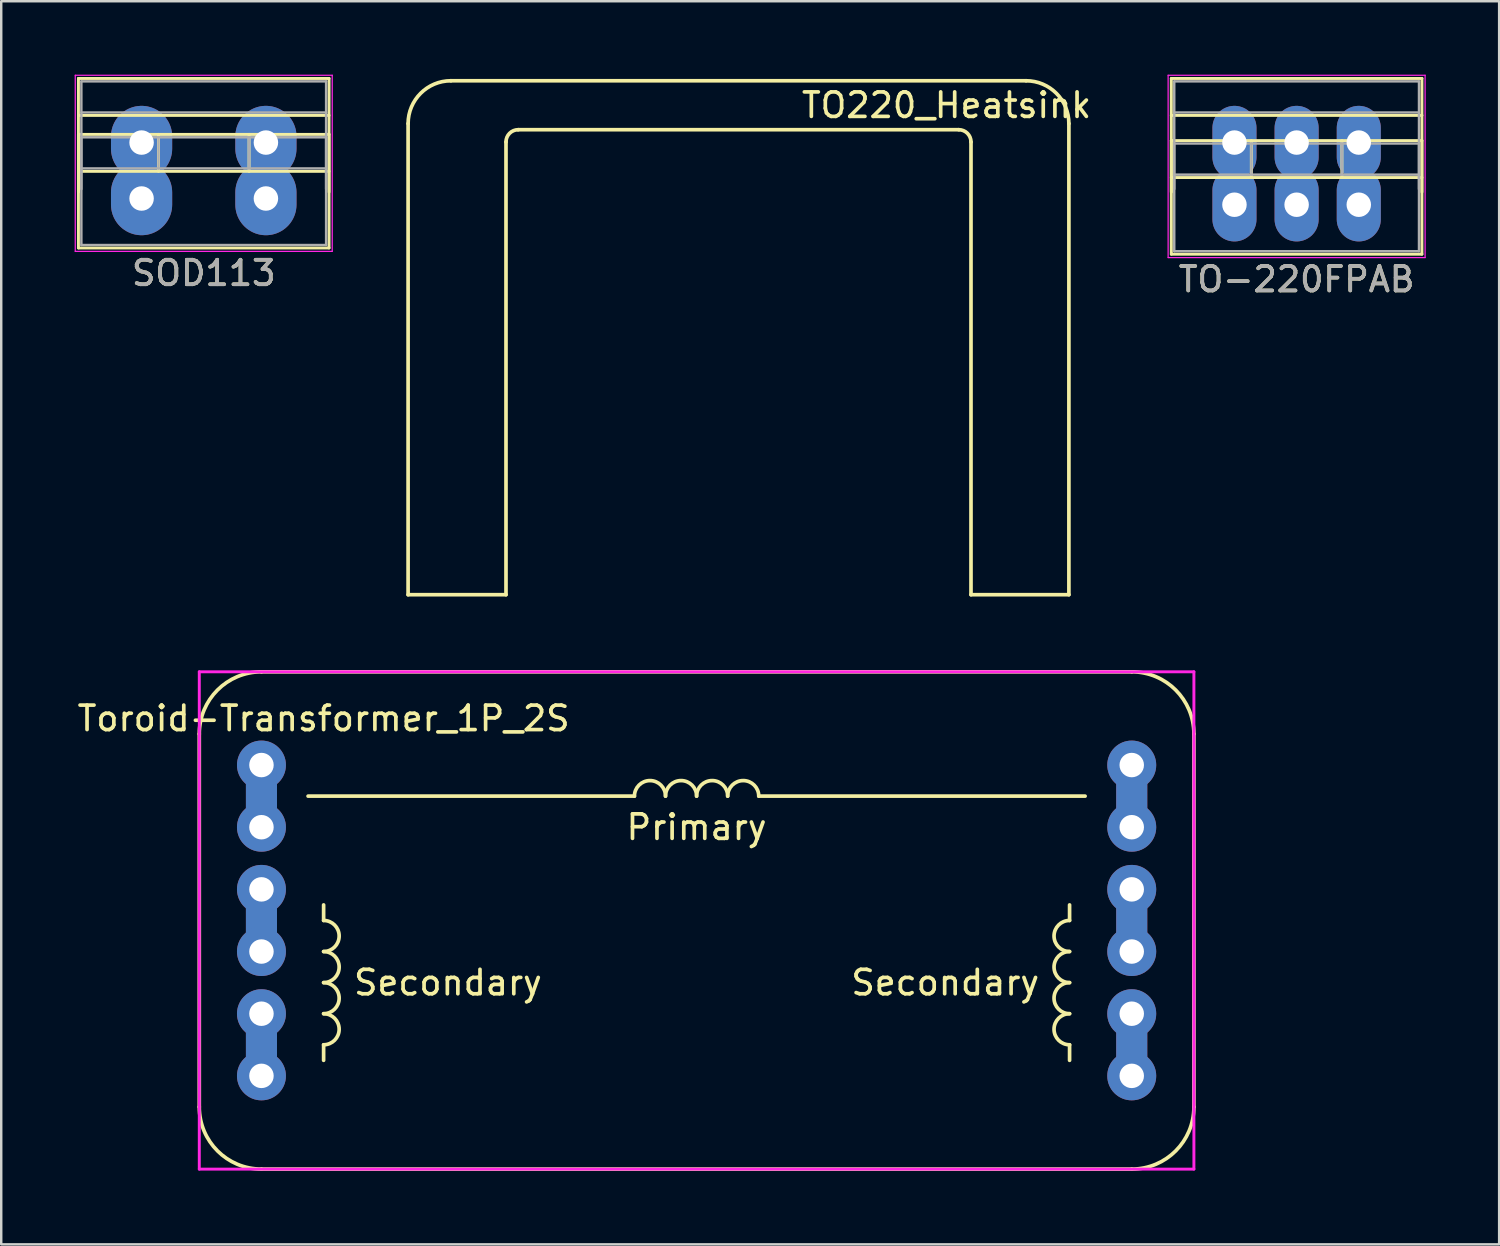
<source format=kicad_pcb>
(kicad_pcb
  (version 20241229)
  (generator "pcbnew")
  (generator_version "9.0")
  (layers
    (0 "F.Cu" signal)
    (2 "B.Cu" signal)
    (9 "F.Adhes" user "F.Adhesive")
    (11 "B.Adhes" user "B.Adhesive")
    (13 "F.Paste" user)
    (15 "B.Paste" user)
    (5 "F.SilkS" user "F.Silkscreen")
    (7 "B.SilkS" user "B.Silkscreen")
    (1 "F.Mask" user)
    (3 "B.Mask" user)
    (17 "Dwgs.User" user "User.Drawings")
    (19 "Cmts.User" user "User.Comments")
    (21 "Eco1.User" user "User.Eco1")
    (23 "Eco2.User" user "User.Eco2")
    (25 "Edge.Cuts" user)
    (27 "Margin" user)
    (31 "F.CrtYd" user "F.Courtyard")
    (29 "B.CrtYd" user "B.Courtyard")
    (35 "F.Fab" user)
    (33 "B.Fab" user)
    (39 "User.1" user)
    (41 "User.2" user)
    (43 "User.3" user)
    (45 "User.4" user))
  (footprint "SOD113"
    (layer "F.Cu")
    (at 2.735 2.775)
    (property "Reference" "SOD113" (at 2.54 5.334 0) (layer "F.SilkS") (effects (font (size 1 1) (thickness 0.15))))
    (attr through_hole)
    (fp_line (start -2.58 -2.62) (end -2.58 2.021) (stroke (width 0.12) (type solid)) (layer "F.SilkS"))
    (fp_line (start -2.58 -2.62) (end 7.66 -2.62) (stroke (width 0.12) (type solid)) (layer "F.SilkS"))
    (fp_line (start -2.58 -1.11) (end 7.66 -1.11) (stroke (width 0.12) (type solid)) (layer "F.SilkS"))
    (fp_line (start -2.58 -0.334) (end -2.58 4.307) (stroke (width 0.12) (type solid)) (layer "F.SilkS"))
    (fp_line (start -2.58 -0.334) (end 7.66 -0.334) (stroke (width 0.12) (type solid)) (layer "F.SilkS"))
    (fp_line (start -2.58 1.176) (end 7.66 1.176) (stroke (width 0.12) (type solid)) (layer "F.SilkS"))
    (fp_line (start -2.58 4.307) (end 7.66 4.307) (stroke (width 0.12) (type solid)) (layer "F.SilkS"))
    (fp_line (start 0.69 -0.334) (end 0.69 1.176) (stroke (width 0.12) (type solid)) (layer "F.SilkS"))
    (fp_line (start 4.391 -0.334) (end 4.391 1.176) (stroke (width 0.12) (type solid)) (layer "F.SilkS"))
    (fp_line (start 7.66 -2.62) (end 7.66 2.021) (stroke (width 0.12) (type solid)) (layer "F.SilkS"))
    (fp_line (start 7.66 -0.334) (end 7.66 4.307) (stroke (width 0.12) (type solid)) (layer "F.SilkS"))
    (fp_line (start -2.71 -2.75) (end -2.71 4.446) (stroke (width 0.05) (type solid)) (layer "F.CrtYd"))
    (fp_line (start -2.71 4.446) (end 7.79 4.446) (stroke (width 0.05) (type solid)) (layer "F.CrtYd"))
    (fp_line (start 7.79 -2.75) (end -2.71 -2.75) (stroke (width 0.05) (type solid)) (layer "F.CrtYd"))
    (fp_line (start 7.79 4.446) (end 7.79 -2.75) (stroke (width 0.05) (type solid)) (layer "F.CrtYd"))
    (fp_line (start -2.46 -2.5) (end -2.46 1.9) (stroke (width 0.1) (type solid)) (layer "F.Fab"))
    (fp_line (start -2.46 -1.23) (end 7.54 -1.23) (stroke (width 0.1) (type solid)) (layer "F.Fab"))
    (fp_line (start -2.46 -0.214) (end -2.46 4.186) (stroke (width 0.1) (type solid)) (layer "F.Fab"))
    (fp_line (start -2.46 1.056) (end 7.54 1.056) (stroke (width 0.1) (type solid)) (layer "F.Fab"))
    (fp_line (start -2.46 4.186) (end 7.54 4.186) (stroke (width 0.1) (type solid)) (layer "F.Fab"))
    (fp_line (start 0.69 -0.214) (end 0.69 1.056) (stroke (width 0.1) (type solid)) (layer "F.Fab"))
    (fp_line (start 4.39 -0.214) (end 4.39 1.056) (stroke (width 0.1) (type solid)) (layer "F.Fab"))
    (fp_line (start 7.54 -2.5) (end -2.46 -2.5) (stroke (width 0.1) (type solid)) (layer "F.Fab"))
    (fp_line (start 7.54 -0.214) (end -2.46 -0.214) (stroke (width 0.1) (type solid)) (layer "F.Fab"))
    (fp_line (start 7.54 1.9) (end 7.54 -2.5) (stroke (width 0.1) (type solid)) (layer "F.Fab"))
    (fp_line (start 7.54 4.186) (end 7.54 -0.214) (stroke (width 0.1) (type solid)) (layer "F.Fab"))
    (fp_text user "${REFERENCE}" (at 2.54 5.334 0) (layer "F.Fab") (effects (font (size 1 1) (thickness 0.15))))
    (pad "1" thru_hole oval (at 0 0) (size 2.5 3) (drill 1) (layers "*.Cu" "*.Mask"))
    (pad "1" thru_hole oval (at 0 2.286) (size 2.5 3) (drill 1) (layers "*.Cu" "*.Mask"))
    (pad "2" thru_hole oval (at 5.08 0) (size 2.5 3) (drill 1) (layers "*.Cu" "*.Mask"))
    (pad "2" thru_hole oval (at 5.08 2.286) (size 2.5 3) (drill 1) (layers "*.Cu" "*.Mask")))
  (footprint "TO220_Heatsink"
    (layer "F.Cu")
    (at 27.125 0.25)
    (property "Reference" "TO220_Heatsink" (at 8.5 1 0) (layer "F.SilkS") (effects (font (size 1 1) (thickness 0.15))))
    (attr through_hole)
    (fp_line (start -13.5 1.75) (end -13.5 21) (stroke (width 0.15) (type solid)) (layer "F.SilkS"))
    (fp_line (start -13.5 21) (end -9.5 21) (stroke (width 0.15) (type solid)) (layer "F.SilkS"))
    (fp_line (start -11.75 0) (end 11.75 0) (stroke (width 0.15) (type solid)) (layer "F.SilkS"))
    (fp_line (start -9.5 21) (end -9.5 2.5) (stroke (width 0.15) (type solid)) (layer "F.SilkS"))
    (fp_line (start -9 2) (end 9 2) (stroke (width 0.15) (type solid)) (layer "F.SilkS"))
    (fp_line (start 9.5 2.5) (end 9.5 21) (stroke (width 0.15) (type solid)) (layer "F.SilkS"))
    (fp_line (start 9.5 21) (end 13.5 21) (stroke (width 0.15) (type solid)) (layer "F.SilkS"))
    (fp_line (start 13.5 21) (end 13.5 1.75) (stroke (width 0.15) (type solid)) (layer "F.SilkS"))
    (fp_arc (start -13.5 1.75) (mid -12.987437 0.512563) (end -11.75 0) (stroke (width 0.15) (type solid)) (layer "F.SilkS"))
    (fp_arc (start -9.5 2.5) (mid -9.353553 2.146447) (end -9 2) (stroke (width 0.15) (type solid)) (layer "F.SilkS"))
    (fp_arc (start 9 2) (mid 9.353553 2.146447) (end 9.5 2.5) (stroke (width 0.15) (type solid)) (layer "F.SilkS"))
    (fp_arc (start 11.75 0) (mid 12.987437 0.512563) (end 13.5 1.75) (stroke (width 0.15) (type solid)) (layer "F.SilkS")))
  (footprint "Toroid-Transformer_1P_2S"
    (layer "F.Cu")
    (at 7.633 28.21)
    (property "Reference" "Toroid-Transformer_1P_2S" (at 2.54 -1.905 0) (layer "F.SilkS") (effects (font (size 1 1) (thickness 0.15))))
    (attr through_hole)
    (fp_line (start -2.54 13.97) (end -2.54 -1.27) (stroke (width 0.15) (type solid)) (layer "F.SilkS"))
    (fp_line (start 0 -3.81) (end 35.56 -3.81) (stroke (width 0.15) (type solid)) (layer "F.SilkS"))
    (fp_line (start 2.54 6.35) (end 2.54 5.715) (stroke (width 0.15) (type solid)) (layer "F.SilkS"))
    (fp_line (start 2.54 11.43) (end 2.54 12.065) (stroke (width 0.15) (type solid)) (layer "F.SilkS"))
    (fp_line (start 15.24 1.27) (end 1.905 1.27) (stroke (width 0.15) (type solid)) (layer "F.SilkS"))
    (fp_line (start 20.32 1.27) (end 33.655 1.27) (stroke (width 0.15) (type solid)) (layer "F.SilkS"))
    (fp_line (start 33.02 6.35) (end 33.02 5.715) (stroke (width 0.15) (type solid)) (layer "F.SilkS"))
    (fp_line (start 33.02 11.43) (end 33.02 12.065) (stroke (width 0.15) (type solid)) (layer "F.SilkS"))
    (fp_line (start 35.56 16.51) (end 0 16.51) (stroke (width 0.15) (type solid)) (layer "F.SilkS"))
    (fp_line (start 38.1 -1.27) (end 38.1 13.97) (stroke (width 0.15) (type solid)) (layer "F.SilkS"))
    (fp_arc (start -2.54 -1.27) (mid -1.796051 -3.066051) (end 0 -3.81) (stroke (width 0.15) (type solid)) (layer "F.SilkS"))
    (fp_arc (start 0 16.51) (mid -1.796051 15.766051) (end -2.54 13.97) (stroke (width 0.15) (type solid)) (layer "F.SilkS"))
    (fp_arc (start 2.54 6.35) (mid 3.175 6.985) (end 2.54 7.62) (stroke (width 0.15) (type solid)) (layer "F.SilkS"))
    (fp_arc (start 2.54 7.62) (mid 3.175 8.255) (end 2.54 8.89) (stroke (width 0.15) (type solid)) (layer "F.SilkS"))
    (fp_arc (start 2.54 8.89) (mid 3.175 9.525) (end 2.54 10.16) (stroke (width 0.15) (type solid)) (layer "F.SilkS"))
    (fp_arc (start 2.54 10.16) (mid 3.175 10.795) (end 2.54 11.43) (stroke (width 0.15) (type solid)) (layer "F.SilkS"))
    (fp_arc (start 15.24 1.27) (mid 15.875 0.635) (end 16.51 1.27) (stroke (width 0.15) (type solid)) (layer "F.SilkS"))
    (fp_arc (start 16.51 1.27) (mid 17.145 0.635) (end 17.78 1.27) (stroke (width 0.15) (type solid)) (layer "F.SilkS"))
    (fp_arc (start 17.78 1.27) (mid 18.415 0.635) (end 19.05 1.27) (stroke (width 0.15) (type solid)) (layer "F.SilkS"))
    (fp_arc (start 19.05 1.27) (mid 19.685 0.635) (end 20.32 1.27) (stroke (width 0.15) (type solid)) (layer "F.SilkS"))
    (fp_arc (start 33.02 7.62) (mid 32.385 6.985) (end 33.02 6.35) (stroke (width 0.15) (type solid)) (layer "F.SilkS"))
    (fp_arc (start 33.02 8.89) (mid 32.385 8.255) (end 33.02 7.62) (stroke (width 0.15) (type solid)) (layer "F.SilkS"))
    (fp_arc (start 33.02 10.16) (mid 32.385 9.525) (end 33.02 8.89) (stroke (width 0.15) (type solid)) (layer "F.SilkS"))
    (fp_arc (start 33.02 11.43) (mid 32.385 10.795) (end 33.02 10.16) (stroke (width 0.15) (type solid)) (layer "F.SilkS"))
    (fp_arc (start 35.56 -3.81) (mid 37.356051 -3.066051) (end 38.1 -1.27) (stroke (width 0.15) (type solid)) (layer "F.SilkS"))
    (fp_arc (start 38.1 13.97) (mid 37.356051 15.766051) (end 35.56 16.51) (stroke (width 0.15) (type solid)) (layer "F.SilkS"))
    (fp_line (start -2.54 -3.81) (end 38.1 -3.81) (stroke (width 0.12) (type solid)) (layer "F.CrtYd"))
    (fp_line (start -2.54 16.51) (end -2.54 -3.81) (stroke (width 0.12) (type solid)) (layer "F.CrtYd"))
    (fp_line (start 38.1 -3.81) (end 38.1 16.51) (stroke (width 0.12) (type solid)) (layer "F.CrtYd"))
    (fp_line (start 38.1 16.51) (end -2.54 16.51) (stroke (width 0.12) (type solid)) (layer "F.CrtYd"))
    (fp_text user "Secondary" (at 7.62 8.89 0) (layer "F.SilkS") (effects (font (size 1 1) (thickness 0.15))))
    (fp_text user "Secondary" (at 27.94 8.89 0) (layer "F.SilkS") (effects (font (size 1 1) (thickness 0.15))))
    (fp_text user "Primary" (at 17.78 2.54 0) (layer "F.SilkS") (effects (font (size 1 1) (thickness 0.15))))
    (pad "1" thru_hole circle (at 0 0) (size 2 2) (drill 1) (layers "*.Cu" "*.Mask"))
    (pad "1" smd rect (at 0 1.27) (size 1.27 2.54) (layers "F.Cu" "F.Mask" "F.Paste"))
    (pad "1" smd rect (at 0 1.27) (size 1.27 2.54) (layers "B.Cu" "B.Mask" "B.Paste"))
    (pad "1" thru_hole circle (at 0 2.54) (size 2 2) (drill 1) (layers "*.Cu" "*.Mask"))
    (pad "2" thru_hole circle (at 35.56 0) (size 2 2) (drill 1) (layers "*.Cu" "*.Mask"))
    (pad "2" smd rect (at 35.56 1.27) (size 1.27 2.54) (layers "F.Cu" "F.Mask" "F.Paste"))
    (pad "2" smd rect (at 35.56 1.27) (size 1.27 2.54) (layers "B.Cu" "B.Mask" "B.Paste"))
    (pad "2" thru_hole circle (at 35.56 2.54) (size 2 2) (drill 1) (layers "*.Cu" "*.Mask"))
    (pad "3" thru_hole circle (at 0 5.08) (size 2 2) (drill 1) (layers "*.Cu" "*.Mask"))
    (pad "3" smd rect (at 0 6.35) (size 1.27 2.54) (layers "F.Cu" "F.Mask" "F.Paste"))
    (pad "3" smd rect (at 0 6.35) (size 1.27 2.54) (layers "B.Cu" "B.Mask" "B.Paste"))
    (pad "3" thru_hole circle (at 0 7.62) (size 2 2) (drill 1) (layers "*.Cu" "*.Mask"))
    (pad "4" thru_hole circle (at 0 10.16) (size 2 2) (drill 1) (layers "*.Cu" "*.Mask"))
    (pad "4" smd rect (at 0 11.43) (size 1.27 2.54) (layers "F.Cu" "F.Mask" "F.Paste"))
    (pad "4" smd rect (at 0 11.43) (size 1.27 2.54) (layers "B.Cu" "B.Mask" "B.Paste"))
    (pad "4" thru_hole circle (at 0 12.7) (size 2 2) (drill 1) (layers "*.Cu" "*.Mask"))
    (pad "5" thru_hole circle (at 35.56 5.08) (size 2 2) (drill 1) (layers "*.Cu" "*.Mask"))
    (pad "5" smd rect (at 35.56 6.35) (size 1.27 2.54) (layers "F.Cu" "F.Mask" "F.Paste"))
    (pad "5" smd rect (at 35.56 6.35) (size 1.27 2.54) (layers "B.Cu" "B.Mask" "B.Paste"))
    (pad "5" thru_hole circle (at 35.56 7.62) (size 2 2) (drill 1) (layers "*.Cu" "*.Mask"))
    (pad "6" thru_hole circle (at 35.56 10.16) (size 2 2) (drill 1) (layers "*.Cu" "*.Mask"))
    (pad "6" smd rect (at 35.56 11.43) (size 1.27 2.54) (layers "F.Cu" "F.Mask" "F.Paste"))
    (pad "6" smd rect (at 35.56 11.43) (size 1.27 2.54) (layers "B.Cu" "B.Mask" "B.Paste"))
    (pad "6" thru_hole circle (at 35.56 12.7) (size 2 2) (drill 1) (layers "*.Cu" "*.Mask")))
  (footprint "TO-220FPAB"
    (layer "F.Cu")
    (at 47.39 2.775)
    (property "Reference" "TO-220FPAB" (at 2.54 5.588 0) (layer "F.SilkS") (effects (font (size 1 1) (thickness 0.15))))
    (attr through_hole)
    (fp_line (start -2.58 -2.62) (end -2.58 2.021) (stroke (width 0.12) (type solid)) (layer "F.SilkS"))
    (fp_line (start -2.58 -2.62) (end 7.66 -2.62) (stroke (width 0.12) (type solid)) (layer "F.SilkS"))
    (fp_line (start -2.58 -1.11) (end 7.66 -1.11) (stroke (width 0.12) (type solid)) (layer "F.SilkS"))
    (fp_line (start -2.58 -0.08) (end -2.58 4.561) (stroke (width 0.12) (type solid)) (layer "F.SilkS"))
    (fp_line (start -2.58 -0.08) (end 7.66 -0.08) (stroke (width 0.12) (type solid)) (layer "F.SilkS"))
    (fp_line (start -2.58 1.43) (end 7.66 1.43) (stroke (width 0.12) (type solid)) (layer "F.SilkS"))
    (fp_line (start -2.58 4.561) (end 7.66 4.561) (stroke (width 0.12) (type solid)) (layer "F.SilkS"))
    (fp_line (start 0.69 -0.08) (end 0.69 1.43) (stroke (width 0.12) (type solid)) (layer "F.SilkS"))
    (fp_line (start 4.391 -0.08) (end 4.391 1.43) (stroke (width 0.12) (type solid)) (layer "F.SilkS"))
    (fp_line (start 7.66 -2.62) (end 7.66 2.021) (stroke (width 0.12) (type solid)) (layer "F.SilkS"))
    (fp_line (start 7.66 -0.08) (end 7.66 4.561) (stroke (width 0.12) (type solid)) (layer "F.SilkS"))
    (fp_line (start -2.71 -2.75) (end -2.71 4.7) (stroke (width 0.05) (type solid)) (layer "F.CrtYd"))
    (fp_line (start -2.71 4.7) (end 7.79 4.7) (stroke (width 0.05) (type solid)) (layer "F.CrtYd"))
    (fp_line (start 7.79 -2.75) (end -2.71 -2.75) (stroke (width 0.05) (type solid)) (layer "F.CrtYd"))
    (fp_line (start 7.79 4.7) (end 7.79 -2.75) (stroke (width 0.05) (type solid)) (layer "F.CrtYd"))
    (fp_line (start -2.46 -2.5) (end -2.46 1.9) (stroke (width 0.1) (type solid)) (layer "F.Fab"))
    (fp_line (start -2.46 -1.23) (end 7.54 -1.23) (stroke (width 0.1) (type solid)) (layer "F.Fab"))
    (fp_line (start -2.46 0.04) (end -2.46 4.44) (stroke (width 0.1) (type solid)) (layer "F.Fab"))
    (fp_line (start -2.46 1.31) (end 7.54 1.31) (stroke (width 0.1) (type solid)) (layer "F.Fab"))
    (fp_line (start -2.46 4.44) (end 7.54 4.44) (stroke (width 0.1) (type solid)) (layer "F.Fab"))
    (fp_line (start 0.69 0.04) (end 0.69 1.31) (stroke (width 0.1) (type solid)) (layer "F.Fab"))
    (fp_line (start 4.39 0.04) (end 4.39 1.31) (stroke (width 0.1) (type solid)) (layer "F.Fab"))
    (fp_line (start 7.54 -2.5) (end -2.46 -2.5) (stroke (width 0.1) (type solid)) (layer "F.Fab"))
    (fp_line (start 7.54 0.04) (end -2.46 0.04) (stroke (width 0.1) (type solid)) (layer "F.Fab"))
    (fp_line (start 7.54 1.9) (end 7.54 -2.5) (stroke (width 0.1) (type solid)) (layer "F.Fab"))
    (fp_line (start 7.54 4.44) (end 7.54 0.04) (stroke (width 0.1) (type solid)) (layer "F.Fab"))
    (fp_text user "${REFERENCE}" (at 2.54 5.588 0) (layer "F.Fab") (effects (font (size 1 1) (thickness 0.15))))
    (pad "1" thru_hole oval (at 0 0) (size 1.8 3) (drill 1) (layers "*.Cu" "*.Mask"))
    (pad "1" thru_hole oval (at 0 2.54) (size 1.8 3) (drill 1) (layers "*.Cu" "*.Mask"))
    (pad "2" thru_hole oval (at 2.54 0) (size 1.8 3) (drill 1) (layers "*.Cu" "*.Mask"))
    (pad "2" thru_hole oval (at 2.54 2.54) (size 1.8 3) (drill 1) (layers "*.Cu" "*.Mask"))
    (pad "3" thru_hole oval (at 5.08 0) (size 1.8 3) (drill 1) (layers "*.Cu" "*.Mask"))
    (pad "3" thru_hole oval (at 5.08 2.54) (size 1.8 3) (drill 1) (layers "*.Cu" "*.Mask")))
  (gr_rect
    (start -3 -3)
    (end 58.205 47.795)
    (stroke (width 0.1) (type default))
    (fill no)
    (layer "Edge.Cuts")))
</source>
